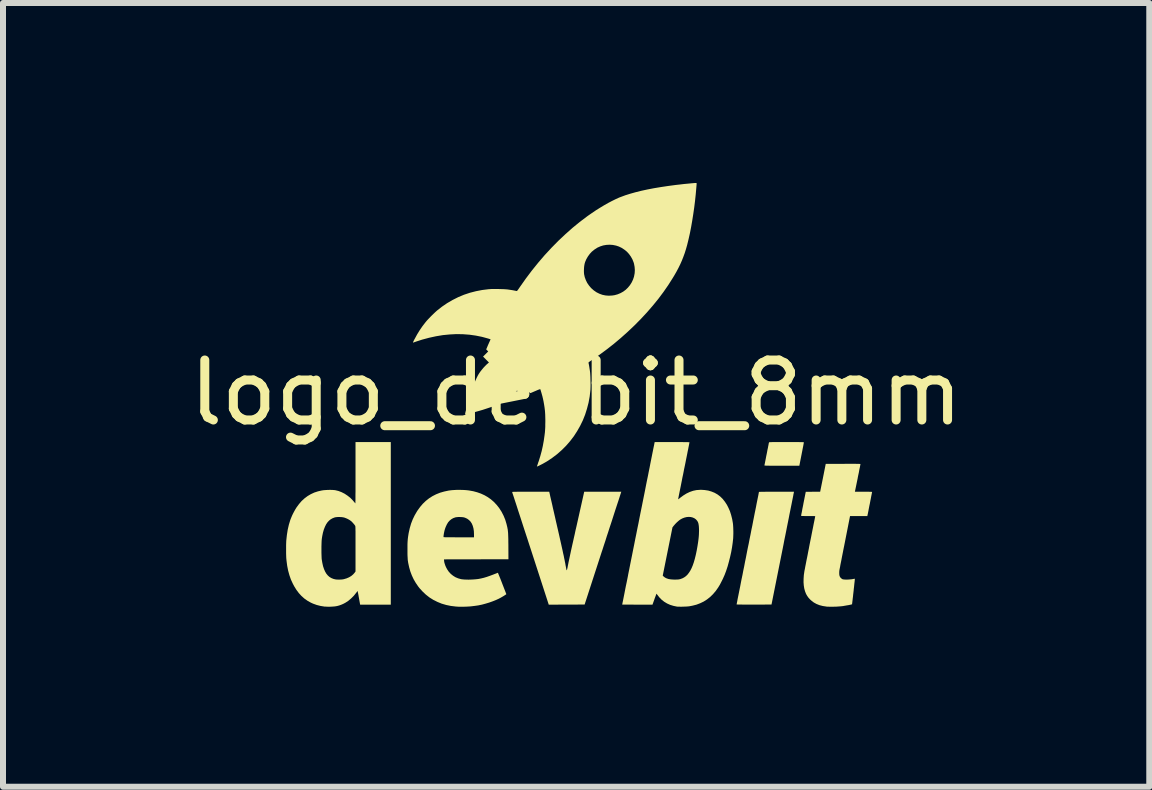
<source format=kicad_pcb>
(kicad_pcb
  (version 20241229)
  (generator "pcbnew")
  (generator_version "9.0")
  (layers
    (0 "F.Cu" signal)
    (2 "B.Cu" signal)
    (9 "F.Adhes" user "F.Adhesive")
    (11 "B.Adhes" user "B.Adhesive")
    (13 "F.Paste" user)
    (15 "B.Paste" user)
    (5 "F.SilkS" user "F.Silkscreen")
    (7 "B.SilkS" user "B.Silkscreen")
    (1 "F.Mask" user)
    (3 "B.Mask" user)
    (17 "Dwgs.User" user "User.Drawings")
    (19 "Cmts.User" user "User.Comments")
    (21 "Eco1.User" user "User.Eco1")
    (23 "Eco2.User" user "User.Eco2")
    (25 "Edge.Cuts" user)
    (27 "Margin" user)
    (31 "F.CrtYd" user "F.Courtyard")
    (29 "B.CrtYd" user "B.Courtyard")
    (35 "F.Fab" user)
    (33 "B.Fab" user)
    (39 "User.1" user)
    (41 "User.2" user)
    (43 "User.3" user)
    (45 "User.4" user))
  (footprint "logo_devbit_8mm"
    (layer "F.Cu")
    (at 6.554 3.996)
    (property "Reference" "logo_devbit_8mm" (at 0 -0.5 0) (unlocked yes) (layer "F.SilkS") (effects (font (size 1 1) (thickness 0.15))))
    (fp_poly (pts (xy 3.56 0.323) (xy 3.608 0.323) (xy 3.649 0.323) (xy 3.684 0.323) (xy 3.714 0.323) (xy 3.738 0.324) (xy 3.758 0.324) (xy 3.773 0.324) (xy 3.784 0.325) (xy 3.791 0.326) (xy 3.795 0.326) (xy 3.796 0.327) (xy 3.795 0.331) (xy 3.793 0.342) (xy 3.79 0.358) (xy 3.786 0.38) (xy 3.781 0.406) (xy 3.775 0.435) (xy 3.769 0.468) (xy 3.762 0.503) (xy 3.758 0.524) (xy 3.72 0.717) (xy 3.428 0.717) (xy 3.375 0.717) (xy 3.329 0.717) (xy 3.29 0.717) (xy 3.256 0.717) (xy 3.228 0.717) (xy 3.204 0.716) (xy 3.185 0.716) (xy 3.17 0.716) (xy 3.158 0.715) (xy 3.15 0.715) (xy 3.144 0.714) (xy 3.14 0.713) (xy 3.138 0.713) (xy 3.138 0.712) (xy 3.138 0.711) (xy 3.139 0.706) (xy 3.141 0.695) (xy 3.145 0.678) (xy 3.149 0.657) (xy 3.154 0.631) (xy 3.16 0.601) (xy 3.166 0.568) (xy 3.173 0.534) (xy 3.176 0.52) (xy 3.183 0.484) (xy 3.189 0.451) (xy 3.196 0.42) (xy 3.201 0.392) (xy 3.206 0.369) (xy 3.209 0.35) (xy 3.212 0.337) (xy 3.214 0.33) (xy 3.214 0.329) (xy 3.215 0.328) (xy 3.216 0.327) (xy 3.219 0.326) (xy 3.224 0.325) (xy 3.231 0.325) (xy 3.24 0.324) (xy 3.253 0.324) (xy 3.27 0.323) (xy 3.29 0.323) (xy 3.316 0.323) (xy 3.346 0.323) (xy 3.382 0.323) (xy 3.423 0.323) (xy 3.471 0.323) (xy 3.506 0.323)) (stroke (width 0) (type solid)) (fill yes) (layer "F.SilkS"))
    (fp_poly (pts (xy 3.629 1.16) (xy 3.628 1.165) (xy 3.626 1.176) (xy 3.622 1.193) (xy 3.618 1.217) (xy 3.612 1.247) (xy 3.605 1.282) (xy 3.597 1.322) (xy 3.588 1.367) (xy 3.578 1.417) (xy 3.567 1.472) (xy 3.555 1.53) (xy 3.543 1.593) (xy 3.53 1.658) (xy 3.516 1.727) (xy 3.502 1.799) (xy 3.487 1.874) (xy 3.471 1.951) (xy 3.456 2.03) (xy 3.442 2.101) (xy 3.256 3.031) (xy 2.965 3.032) (xy 2.914 3.032) (xy 2.868 3.032) (xy 2.825 3.032) (xy 2.787 3.032) (xy 2.753 3.031) (xy 2.725 3.031) (xy 2.703 3.031) (xy 2.687 3.03) (xy 2.677 3.03) (xy 2.674 3.029) (xy 2.675 3.026) (xy 2.677 3.015) (xy 2.68 2.998) (xy 2.685 2.975) (xy 2.69 2.946) (xy 2.697 2.911) (xy 2.705 2.872) (xy 2.714 2.827) (xy 2.724 2.777) (xy 2.735 2.723) (xy 2.746 2.665) (xy 2.758 2.603) (xy 2.772 2.538) (xy 2.785 2.469) (xy 2.8 2.397) (xy 2.814 2.323) (xy 2.83 2.246) (xy 2.845 2.167) (xy 2.86 2.091) (xy 2.877 2.011) (xy 2.892 1.932) (xy 2.908 1.855) (xy 2.922 1.781) (xy 2.937 1.71) (xy 2.95 1.641) (xy 2.963 1.576) (xy 2.975 1.514) (xy 2.987 1.456) (xy 2.998 1.402) (xy 3.007 1.353) (xy 3.016 1.309) (xy 3.024 1.269) (xy 3.031 1.235) (xy 3.037 1.206) (xy 3.041 1.184) (xy 3.044 1.167) (xy 3.046 1.157) (xy 3.047 1.154) (xy 3.05 1.153) (xy 3.061 1.153) (xy 3.077 1.152) (xy 3.099 1.152) (xy 3.126 1.152) (xy 3.157 1.151) (xy 3.193 1.151) (xy 3.232 1.151) (xy 3.275 1.151) (xy 3.319 1.151) (xy 3.339 1.151) (xy 3.631 1.151)) (stroke (width 0) (type solid)) (fill yes) (layer "F.SilkS"))
    (fp_poly (pts (xy -0.445 1.168) (xy -0.444 1.173) (xy -0.441 1.185) (xy -0.437 1.203) (xy -0.432 1.227) (xy -0.425 1.257) (xy -0.417 1.291) (xy -0.408 1.33) (xy -0.398 1.373) (xy -0.388 1.42) (xy -0.376 1.471) (xy -0.364 1.524) (xy -0.351 1.58) (xy -0.338 1.639) (xy -0.324 1.699) (xy -0.321 1.713) (xy -0.301 1.799) (xy -0.283 1.878) (xy -0.267 1.95) (xy -0.252 2.016) (xy -0.239 2.075) (xy -0.227 2.129) (xy -0.217 2.177) (xy -0.207 2.22) (xy -0.2 2.257) (xy -0.193 2.289) (xy -0.188 2.316) (xy -0.183 2.339) (xy -0.181 2.349) (xy -0.177 2.375) (xy -0.172 2.4) (xy -0.168 2.421) (xy -0.165 2.438) (xy -0.162 2.451) (xy -0.16 2.457) (xy -0.16 2.458) (xy -0.158 2.459) (xy -0.156 2.458) (xy -0.154 2.453) (xy -0.151 2.445) (xy -0.148 2.432) (xy -0.144 2.415) (xy -0.14 2.392) (xy -0.134 2.362) (xy -0.133 2.357) (xy -0.13 2.342) (xy -0.126 2.321) (xy -0.12 2.294) (xy -0.113 2.261) (xy -0.105 2.223) (xy -0.096 2.181) (xy -0.086 2.134) (xy -0.075 2.084) (xy -0.063 2.03) (xy -0.05 1.973) (xy -0.037 1.914) (xy -0.023 1.853) (xy -0.01 1.791) (xy 0.005 1.728) (xy 0.01 1.705) (xy 0.134 1.151) (xy 0.752 1.151) (xy 0.731 1.216) (xy 0.728 1.225) (xy 0.723 1.241) (xy 0.716 1.263) (xy 0.707 1.291) (xy 0.696 1.324) (xy 0.683 1.363) (xy 0.669 1.406) (xy 0.653 1.454) (xy 0.636 1.507) (xy 0.618 1.563) (xy 0.599 1.623) (xy 0.578 1.687) (xy 0.556 1.753) (xy 0.534 1.822) (xy 0.51 1.894) (xy 0.487 1.968) (xy 0.462 2.043) (xy 0.437 2.121) (xy 0.425 2.156) (xy 0.141 3.031) (xy -0.158 3.032) (xy -0.457 3.033) (xy -0.761 2.096) (xy -0.787 2.017) (xy -0.812 1.939) (xy -0.837 1.863) (xy -0.861 1.79) (xy -0.884 1.719) (xy -0.906 1.651) (xy -0.927 1.586) (xy -0.947 1.525) (xy -0.966 1.467) (xy -0.983 1.414) (xy -0.999 1.364) (xy -1.014 1.319) (xy -1.027 1.279) (xy -1.038 1.244) (xy -1.048 1.215) (xy -1.056 1.191) (xy -1.062 1.173) (xy -1.065 1.161) (xy -1.067 1.155) (xy -1.067 1.155) (xy -1.066 1.154) (xy -1.062 1.154) (xy -1.055 1.153) (xy -1.044 1.152) (xy -1.03 1.152) (xy -1.01 1.152) (xy -0.986 1.151) (xy -0.957 1.151) (xy -0.922 1.151) (xy -0.882 1.151) (xy -0.835 1.151) (xy -0.782 1.151) (xy -0.759 1.151) (xy -0.449 1.151)) (stroke (width 0) (type solid)) (fill yes) (layer "F.SilkS"))
    (fp_poly (pts (xy -3.09 3.033) (xy -3.601 3.033) (xy -3.615 2.956) (xy -3.619 2.931) (xy -3.624 2.905) (xy -3.628 2.88) (xy -3.632 2.859) (xy -3.635 2.843) (xy -3.636 2.842) (xy -3.643 2.804) (xy -3.664 2.832) (xy -3.706 2.884) (xy -3.751 2.929) (xy -3.798 2.969) (xy -3.847 3.001) (xy -3.883 3.02) (xy -3.918 3.035) (xy -3.952 3.047) (xy -3.986 3.056) (xy -4.021 3.062) (xy -4.06 3.065) (xy -4.097 3.067) (xy -4.121 3.067) (xy -4.145 3.067) (xy -4.166 3.066) (xy -4.184 3.065) (xy -4.194 3.065) (xy -4.262 3.054) (xy -4.325 3.038) (xy -4.386 3.016) (xy -4.425 2.998) (xy -4.48 2.967) (xy -4.532 2.93) (xy -4.579 2.888) (xy -4.623 2.84) (xy -4.664 2.785) (xy -4.701 2.725) (xy -4.724 2.681) (xy -4.755 2.614) (xy -4.78 2.542) (xy -4.801 2.466) (xy -4.817 2.385) (xy -4.828 2.3) (xy -4.832 2.26) (xy -4.833 2.239) (xy -4.834 2.212) (xy -4.835 2.18) (xy -4.835 2.146) (xy -4.835 2.134) (xy -4.246 2.134) (xy -4.246 2.169) (xy -4.245 2.201) (xy -4.244 2.23) (xy -4.243 2.255) (xy -4.242 2.274) (xy -4.241 2.278) (xy -4.231 2.338) (xy -4.219 2.392) (xy -4.203 2.44) (xy -4.185 2.481) (xy -4.164 2.517) (xy -4.139 2.547) (xy -4.112 2.571) (xy -4.08 2.59) (xy -4.045 2.604) (xy -4.016 2.611) (xy -3.995 2.614) (xy -3.969 2.615) (xy -3.941 2.615) (xy -3.914 2.614) (xy -3.888 2.611) (xy -3.873 2.608) (xy -3.828 2.595) (xy -3.786 2.577) (xy -3.749 2.555) (xy -3.717 2.528) (xy -3.694 2.502) (xy -3.678 2.48) (xy -3.678 2.104) (xy -3.678 2.043) (xy -3.678 1.99) (xy -3.678 1.942) (xy -3.678 1.901) (xy -3.678 1.865) (xy -3.678 1.834) (xy -3.678 1.808) (xy -3.679 1.787) (xy -3.679 1.769) (xy -3.679 1.755) (xy -3.68 1.743) (xy -3.68 1.735) (xy -3.681 1.728) (xy -3.682 1.724) (xy -3.683 1.72) (xy -3.683 1.718) (xy -3.684 1.718) (xy -3.697 1.699) (xy -3.714 1.679) (xy -3.732 1.659) (xy -3.749 1.642) (xy -3.752 1.64) (xy -3.777 1.622) (xy -3.805 1.606) (xy -3.836 1.592) (xy -3.866 1.581) (xy -3.87 1.58) (xy -3.891 1.576) (xy -3.917 1.573) (xy -3.944 1.572) (xy -3.972 1.572) (xy -3.997 1.574) (xy -4.018 1.577) (xy -4.022 1.578) (xy -4.057 1.591) (xy -4.09 1.609) (xy -4.119 1.632) (xy -4.145 1.66) (xy -4.168 1.694) (xy -4.188 1.735) (xy -4.206 1.781) (xy -4.221 1.833) (xy -4.233 1.892) (xy -4.239 1.93) (xy -4.241 1.947) (xy -4.243 1.97) (xy -4.244 1.998) (xy -4.245 2.029) (xy -4.246 2.063) (xy -4.246 2.099) (xy -4.246 2.134) (xy -4.835 2.134) (xy -4.835 2.11) (xy -4.835 2.074) (xy -4.835 2.04) (xy -4.834 2.009) (xy -4.833 1.982) (xy -4.832 1.964) (xy -4.822 1.872) (xy -4.808 1.783) (xy -4.789 1.7) (xy -4.765 1.621) (xy -4.758 1.603) (xy -4.747 1.576) (xy -4.734 1.545) (xy -4.718 1.512) (xy -4.701 1.48) (xy -4.684 1.449) (xy -4.668 1.423) (xy -4.662 1.413) (xy -4.62 1.356) (xy -4.576 1.305) (xy -4.528 1.261) (xy -4.477 1.223) (xy -4.423 1.191) (xy -4.365 1.164) (xy -4.303 1.144) (xy -4.237 1.129) (xy -4.235 1.129) (xy -4.211 1.125) (xy -4.182 1.123) (xy -4.151 1.121) (xy -4.119 1.12) (xy -4.087 1.12) (xy -4.058 1.121) (xy -4.033 1.123) (xy -4.015 1.125) (xy -3.962 1.138) (xy -3.91 1.158) (xy -3.859 1.184) (xy -3.811 1.216) (xy -3.765 1.252) (xy -3.724 1.294) (xy -3.706 1.315) (xy -3.696 1.327) (xy -3.688 1.336) (xy -3.682 1.343) (xy -3.68 1.344) (xy -3.68 1.34) (xy -3.68 1.33) (xy -3.68 1.314) (xy -3.679 1.291) (xy -3.679 1.263) (xy -3.679 1.23) (xy -3.679 1.191) (xy -3.678 1.149) (xy -3.678 1.103) (xy -3.678 1.053) (xy -3.678 1) (xy -3.678 0.944) (xy -3.678 0.886) (xy -3.678 0.833) (xy -3.678 0.323) (xy -3.09 0.323)) (stroke (width 0) (type solid)) (fill yes) (layer "F.SilkS"))
    (fp_poly (pts (xy -1.92 1.12) (xy -1.882 1.121) (xy -1.846 1.123) (xy -1.814 1.126) (xy -1.789 1.129) (xy -1.716 1.142) (xy -1.649 1.16) (xy -1.587 1.182) (xy -1.528 1.209) (xy -1.481 1.236) (xy -1.424 1.275) (xy -1.372 1.32) (xy -1.325 1.37) (xy -1.282 1.425) (xy -1.244 1.484) (xy -1.211 1.548) (xy -1.183 1.615) (xy -1.162 1.685) (xy -1.158 1.701) (xy -1.153 1.722) (xy -1.148 1.742) (xy -1.145 1.76) (xy -1.141 1.778) (xy -1.139 1.796) (xy -1.137 1.815) (xy -1.135 1.835) (xy -1.134 1.858) (xy -1.133 1.884) (xy -1.132 1.914) (xy -1.131 1.948) (xy -1.131 1.988) (xy -1.13 2.034) (xy -1.13 2.06) (xy -1.129 2.276) (xy -1.666 2.277) (xy -2.203 2.278) (xy -2.202 2.298) (xy -2.199 2.323) (xy -2.191 2.352) (xy -2.18 2.384) (xy -2.166 2.415) (xy -2.149 2.446) (xy -2.131 2.473) (xy -2.123 2.484) (xy -2.09 2.52) (xy -2.053 2.55) (xy -2.013 2.575) (xy -1.968 2.594) (xy -1.918 2.608) (xy -1.918 2.608) (xy -1.894 2.611) (xy -1.865 2.614) (xy -1.832 2.615) (xy -1.795 2.616) (xy -1.756 2.615) (xy -1.716 2.613) (xy -1.677 2.61) (xy -1.64 2.606) (xy -1.626 2.604) (xy -1.585 2.596) (xy -1.539 2.585) (xy -1.489 2.57) (xy -1.432 2.55) (xy -1.371 2.527) (xy -1.361 2.523) (xy -1.343 2.516) (xy -1.327 2.51) (xy -1.315 2.505) (xy -1.307 2.502) (xy -1.305 2.502) (xy -1.303 2.505) (xy -1.299 2.515) (xy -1.293 2.529) (xy -1.285 2.549) (xy -1.275 2.573) (xy -1.264 2.6) (xy -1.252 2.631) (xy -1.239 2.664) (xy -1.233 2.68) (xy -1.164 2.858) (xy -1.173 2.865) (xy -1.182 2.871) (xy -1.196 2.88) (xy -1.213 2.891) (xy -1.232 2.902) (xy -1.251 2.913) (xy -1.269 2.923) (xy -1.285 2.931) (xy -1.286 2.932) (xy -1.336 2.955) (xy -1.391 2.977) (xy -1.45 2.998) (xy -1.51 3.016) (xy -1.569 3.032) (xy -1.627 3.044) (xy -1.631 3.045) (xy -1.695 3.054) (xy -1.762 3.062) (xy -1.831 3.066) (xy -1.898 3.068) (xy -1.963 3.067) (xy -2.007 3.064) (xy -2.089 3.054) (xy -2.167 3.038) (xy -2.242 3.016) (xy -2.313 2.987) (xy -2.381 2.953) (xy -2.445 2.913) (xy -2.505 2.866) (xy -2.56 2.814) (xy -2.612 2.757) (xy -2.633 2.73) (xy -2.674 2.67) (xy -2.709 2.61) (xy -2.739 2.546) (xy -2.764 2.48) (xy -2.784 2.41) (xy -2.8 2.336) (xy -2.806 2.298) (xy -2.808 2.278) (xy -2.809 2.252) (xy -2.811 2.221) (xy -2.812 2.187) (xy -2.812 2.15) (xy -2.812 2.112) (xy -2.812 2.074) (xy -2.812 2.037) (xy -2.811 2.002) (xy -2.809 1.97) (xy -2.807 1.943) (xy -2.805 1.925) (xy -2.801 1.895) (xy -2.211 1.895) (xy -2.211 1.904) (xy -2.21 1.907) (xy -2.207 1.907) (xy -2.199 1.908) (xy -2.185 1.909) (xy -2.166 1.909) (xy -2.141 1.91) (xy -2.11 1.91) (xy -2.072 1.91) (xy -2.028 1.91) (xy -1.977 1.911) (xy -1.955 1.911) (xy -1.703 1.911) (xy -1.703 1.863) (xy -1.705 1.809) (xy -1.712 1.761) (xy -1.724 1.718) (xy -1.74 1.68) (xy -1.761 1.648) (xy -1.787 1.622) (xy -1.817 1.6) (xy -1.852 1.584) (xy -1.871 1.578) (xy -1.89 1.575) (xy -1.913 1.573) (xy -1.939 1.572) (xy -1.965 1.572) (xy -1.989 1.574) (xy -2.009 1.577) (xy -2.014 1.578) (xy -2.05 1.591) (xy -2.081 1.609) (xy -2.109 1.632) (xy -2.134 1.66) (xy -2.155 1.695) (xy -2.174 1.736) (xy -2.182 1.757) (xy -2.188 1.775) (xy -2.194 1.796) (xy -2.199 1.818) (xy -2.204 1.841) (xy -2.207 1.861) (xy -2.21 1.88) (xy -2.211 1.895) (xy -2.801 1.895) (xy -2.792 1.839) (xy -2.774 1.758) (xy -2.752 1.682) (xy -2.724 1.61) (xy -2.691 1.542) (xy -2.653 1.477) (xy -2.646 1.466) (xy -2.602 1.405) (xy -2.556 1.351) (xy -2.506 1.303) (xy -2.453 1.261) (xy -2.395 1.224) (xy -2.334 1.193) (xy -2.269 1.167) (xy -2.199 1.147) (xy -2.124 1.131) (xy -2.093 1.127) (xy -2.067 1.124) (xy -2.034 1.122) (xy -1.998 1.12) (xy -1.96 1.12)) (stroke (width 0) (type solid)) (fill yes) (layer "F.SilkS"))
    (fp_poly (pts (xy 4.623 0.685) (xy 4.652 0.685) (xy 4.676 0.686) (xy 4.695 0.686) (xy 4.71 0.686) (xy 4.722 0.687) (xy 4.73 0.687) (xy 4.735 0.688) (xy 4.738 0.689) (xy 4.739 0.69) (xy 4.739 0.69) (xy 4.738 0.694) (xy 4.736 0.705) (xy 4.733 0.721) (xy 4.729 0.743) (xy 4.723 0.769) (xy 4.717 0.8) (xy 4.711 0.834) (xy 4.703 0.87) (xy 4.695 0.909) (xy 4.693 0.923) (xy 4.646 1.151) (xy 4.789 1.151) (xy 4.823 1.151) (xy 4.853 1.151) (xy 4.88 1.151) (xy 4.901 1.152) (xy 4.918 1.152) (xy 4.928 1.153) (xy 4.932 1.154) (xy 4.932 1.154) (xy 4.932 1.158) (xy 4.93 1.168) (xy 4.927 1.184) (xy 4.923 1.204) (xy 4.918 1.228) (xy 4.913 1.256) (xy 4.907 1.286) (xy 4.901 1.317) (xy 4.895 1.349) (xy 4.888 1.381) (xy 4.882 1.413) (xy 4.876 1.443) (xy 4.871 1.471) (xy 4.866 1.495) (xy 4.862 1.516) (xy 4.858 1.533) (xy 4.856 1.543) (xy 4.855 1.548) (xy 4.853 1.556) (xy 4.709 1.556) (xy 4.565 1.556) (xy 4.478 1.998) (xy 4.467 2.053) (xy 4.456 2.107) (xy 4.446 2.159) (xy 4.436 2.209) (xy 4.427 2.255) (xy 4.419 2.298) (xy 4.411 2.337) (xy 4.404 2.372) (xy 4.399 2.402) (xy 4.394 2.426) (xy 4.39 2.445) (xy 4.388 2.458) (xy 4.387 2.464) (xy 4.385 2.487) (xy 4.385 2.511) (xy 4.386 2.534) (xy 4.39 2.553) (xy 4.394 2.563) (xy 4.404 2.58) (xy 4.419 2.595) (xy 4.435 2.606) (xy 4.443 2.61) (xy 4.455 2.612) (xy 4.472 2.614) (xy 4.494 2.615) (xy 4.517 2.615) (xy 4.542 2.614) (xy 4.567 2.612) (xy 4.589 2.61) (xy 4.608 2.607) (xy 4.623 2.604) (xy 4.635 2.602) (xy 4.643 2.601) (xy 4.645 2.601) (xy 4.645 2.604) (xy 4.644 2.614) (xy 4.643 2.63) (xy 4.641 2.651) (xy 4.638 2.675) (xy 4.635 2.703) (xy 4.632 2.734) (xy 4.628 2.766) (xy 4.625 2.8) (xy 4.621 2.833) (xy 4.617 2.867) (xy 4.614 2.899) (xy 4.61 2.929) (xy 4.607 2.957) (xy 4.604 2.981) (xy 4.602 3) (xy 4.6 3.015) (xy 4.599 3.024) (xy 4.598 3.027) (xy 4.594 3.028) (xy 4.584 3.031) (xy 4.57 3.034) (xy 4.552 3.038) (xy 4.532 3.042) (xy 4.511 3.045) (xy 4.49 3.049) (xy 4.471 3.052) (xy 4.455 3.055) (xy 4.452 3.056) (xy 4.417 3.06) (xy 4.377 3.063) (xy 4.336 3.066) (xy 4.294 3.067) (xy 4.253 3.068) (xy 4.215 3.067) (xy 4.181 3.066) (xy 4.167 3.064) (xy 4.109 3.055) (xy 4.055 3.041) (xy 4.005 3.021) (xy 3.96 2.996) (xy 3.92 2.965) (xy 3.901 2.948) (xy 3.873 2.918) (xy 3.851 2.887) (xy 3.832 2.854) (xy 3.817 2.816) (xy 3.814 2.807) (xy 3.802 2.763) (xy 3.794 2.713) (xy 3.79 2.659) (xy 3.791 2.601) (xy 3.795 2.54) (xy 3.802 2.491) (xy 3.803 2.484) (xy 3.805 2.471) (xy 3.809 2.452) (xy 3.814 2.427) (xy 3.819 2.398) (xy 3.826 2.364) (xy 3.833 2.327) (xy 3.841 2.286) (xy 3.85 2.243) (xy 3.859 2.197) (xy 3.868 2.149) (xy 3.878 2.1) (xy 3.887 2.051) (xy 3.897 2.001) (xy 3.907 1.951) (xy 3.917 1.902) (xy 3.926 1.855) (xy 3.935 1.809) (xy 3.944 1.765) (xy 3.952 1.725) (xy 3.959 1.688) (xy 3.966 1.654) (xy 3.972 1.625) (xy 3.977 1.601) (xy 3.98 1.582) (xy 3.983 1.569) (xy 3.984 1.563) (xy 3.985 1.562) (xy 3.985 1.56) (xy 3.984 1.559) (xy 3.98 1.558) (xy 3.974 1.557) (xy 3.965 1.556) (xy 3.952 1.556) (xy 3.933 1.556) (xy 3.909 1.556) (xy 3.879 1.556) (xy 3.868 1.556) (xy 3.836 1.556) (xy 3.81 1.556) (xy 3.79 1.555) (xy 3.775 1.555) (xy 3.764 1.555) (xy 3.757 1.554) (xy 3.752 1.553) (xy 3.75 1.552) (xy 3.75 1.55) (xy 3.75 1.549) (xy 3.75 1.545) (xy 3.752 1.534) (xy 3.755 1.517) (xy 3.76 1.495) (xy 3.765 1.469) (xy 3.77 1.439) (xy 3.777 1.406) (xy 3.784 1.371) (xy 3.788 1.348) (xy 3.827 1.152) (xy 3.947 1.151) (xy 4.067 1.151) (xy 4.114 0.918) (xy 4.16 0.686) (xy 4.449 0.686) (xy 4.503 0.685) (xy 4.549 0.685) (xy 4.589 0.685)) (stroke (width 0) (type solid)) (fill yes) (layer "F.SilkS"))
    (fp_poly (pts (xy 1.648 0.323) (xy 1.693 0.323) (xy 1.735 0.323) (xy 1.773 0.323) (xy 1.806 0.324) (xy 1.834 0.324) (xy 1.857 0.324) (xy 1.874 0.325) (xy 1.885 0.325) (xy 1.889 0.326) (xy 1.889 0.326) (xy 1.888 0.33) (xy 1.886 0.34) (xy 1.883 0.357) (xy 1.879 0.379) (xy 1.873 0.407) (xy 1.867 0.44) (xy 1.859 0.477) (xy 1.851 0.519) (xy 1.842 0.564) (xy 1.832 0.613) (xy 1.822 0.665) (xy 1.811 0.719) (xy 1.799 0.775) (xy 1.794 0.802) (xy 1.783 0.859) (xy 1.771 0.914) (xy 1.761 0.967) (xy 1.751 1.017) (xy 1.742 1.063) (xy 1.733 1.107) (xy 1.725 1.146) (xy 1.718 1.181) (xy 1.712 1.211) (xy 1.707 1.236) (xy 1.704 1.255) (xy 1.701 1.269) (xy 1.7 1.276) (xy 1.7 1.277) (xy 1.703 1.275) (xy 1.71 1.271) (xy 1.721 1.262) (xy 1.733 1.252) (xy 1.786 1.213) (xy 1.839 1.18) (xy 1.894 1.154) (xy 1.949 1.135) (xy 2.006 1.123) (xy 2.065 1.119) (xy 2.077 1.118) (xy 2.14 1.122) (xy 2.2 1.131) (xy 2.255 1.147) (xy 2.307 1.168) (xy 2.356 1.196) (xy 2.401 1.23) (xy 2.442 1.27) (xy 2.479 1.317) (xy 2.513 1.369) (xy 2.537 1.416) (xy 2.563 1.475) (xy 2.583 1.538) (xy 2.6 1.605) (xy 2.611 1.667) (xy 2.614 1.688) (xy 2.616 1.714) (xy 2.618 1.745) (xy 2.619 1.778) (xy 2.62 1.813) (xy 2.62 1.847) (xy 2.619 1.879) (xy 2.618 1.908) (xy 2.617 1.929) (xy 2.609 2.001) (xy 2.598 2.078) (xy 2.584 2.157) (xy 2.566 2.237) (xy 2.546 2.316) (xy 2.525 2.393) (xy 2.501 2.466) (xy 2.485 2.509) (xy 2.474 2.538) (xy 2.46 2.569) (xy 2.445 2.603) (xy 2.428 2.637) (xy 2.411 2.67) (xy 2.395 2.701) (xy 2.379 2.727) (xy 2.369 2.744) (xy 2.327 2.804) (xy 2.281 2.858) (xy 2.233 2.905) (xy 2.181 2.946) (xy 2.126 2.981) (xy 2.068 3.009) (xy 2.005 3.033) (xy 1.938 3.05) (xy 1.885 3.06) (xy 1.867 3.062) (xy 1.843 3.064) (xy 1.817 3.065) (xy 1.789 3.066) (xy 1.761 3.067) (xy 1.734 3.067) (xy 1.71 3.066) (xy 1.69 3.066) (xy 1.679 3.065) (xy 1.621 3.053) (xy 1.566 3.036) (xy 1.515 3.013) (xy 1.467 2.984) (xy 1.424 2.95) (xy 1.386 2.911) (xy 1.36 2.877) (xy 1.351 2.866) (xy 1.344 2.856) (xy 1.34 2.851) (xy 1.339 2.85) (xy 1.338 2.853) (xy 1.334 2.862) (xy 1.329 2.876) (xy 1.322 2.894) (xy 1.314 2.916) (xy 1.305 2.94) (xy 1.305 2.941) (xy 1.272 3.033) (xy 1.019 3.033) (xy 0.978 3.033) (xy 0.938 3.032) (xy 0.901 3.032) (xy 0.867 3.032) (xy 0.838 3.032) (xy 0.812 3.032) (xy 0.792 3.032) (xy 0.778 3.032) (xy 0.769 3.032) (xy 0.767 3.032) (xy 0.768 3.028) (xy 0.77 3.018) (xy 0.773 3.001) (xy 0.778 2.978) (xy 0.784 2.948) (xy 0.791 2.913) (xy 0.799 2.873) (xy 0.808 2.827) (xy 0.818 2.775) (xy 0.829 2.719) (xy 0.842 2.659) (xy 0.855 2.594) (xy 0.864 2.549) (xy 1.443 2.549) (xy 1.457 2.563) (xy 1.48 2.581) (xy 1.508 2.595) (xy 1.542 2.606) (xy 1.582 2.612) (xy 1.629 2.615) (xy 1.66 2.615) (xy 1.685 2.614) (xy 1.705 2.613) (xy 1.721 2.61) (xy 1.736 2.607) (xy 1.738 2.606) (xy 1.771 2.594) (xy 1.801 2.578) (xy 1.829 2.558) (xy 1.855 2.533) (xy 1.879 2.502) (xy 1.902 2.467) (xy 1.923 2.426) (xy 1.943 2.379) (xy 1.961 2.327) (xy 1.978 2.268) (xy 1.994 2.203) (xy 2.009 2.132) (xy 2.023 2.053) (xy 2.025 2.039) (xy 2.032 1.995) (xy 2.037 1.958) (xy 2.041 1.924) (xy 2.044 1.893) (xy 2.046 1.863) (xy 2.047 1.833) (xy 2.048 1.801) (xy 2.048 1.799) (xy 2.047 1.76) (xy 2.045 1.726) (xy 2.041 1.697) (xy 2.036 1.673) (xy 2.028 1.653) (xy 2.017 1.635) (xy 2.004 1.62) (xy 1.996 1.611) (xy 1.971 1.593) (xy 1.942 1.58) (xy 1.91 1.572) (xy 1.876 1.57) (xy 1.84 1.573) (xy 1.804 1.582) (xy 1.768 1.596) (xy 1.734 1.615) (xy 1.715 1.629) (xy 1.694 1.647) (xy 1.671 1.668) (xy 1.65 1.69) (xy 1.631 1.712) (xy 1.625 1.719) (xy 1.605 1.745) (xy 1.524 2.147) (xy 1.443 2.549) (xy 0.864 2.549) (xy 0.868 2.525) (xy 0.883 2.452) (xy 0.898 2.375) (xy 0.914 2.295) (xy 0.931 2.211) (xy 0.948 2.125) (xy 0.966 2.036) (xy 0.984 1.944) (xy 1.003 1.851) (xy 1.022 1.755) (xy 1.038 1.678) (xy 1.057 1.58) (xy 1.076 1.485) (xy 1.095 1.392) (xy 1.113 1.301) (xy 1.131 1.212) (xy 1.148 1.127) (xy 1.164 1.044) (xy 1.18 0.964) (xy 1.196 0.888) (xy 1.21 0.816) (xy 1.224 0.748) (xy 1.236 0.684) (xy 1.248 0.624) (xy 1.259 0.569) (xy 1.269 0.519) (xy 1.278 0.474) (xy 1.286 0.434) (xy 1.293 0.4) (xy 1.299 0.372) (xy 1.303 0.35) (xy 1.306 0.335) (xy 1.308 0.326) (xy 1.308 0.324) (xy 1.312 0.323) (xy 1.322 0.323) (xy 1.338 0.323) (xy 1.36 0.323) (xy 1.387 0.323) (xy 1.418 0.323) (xy 1.454 0.323) (xy 1.492 0.323) (xy 1.534 0.323) (xy 1.578 0.323) (xy 1.599 0.323)) (stroke (width 0) (type solid)) (fill yes) (layer "F.SilkS"))
    (fp_poly (pts (xy 2.003 -3.996) (xy 2.005 -3.995) (xy 2.007 -3.993) (xy 2.007 -3.989) (xy 2.008 -3.982) (xy 2.007 -3.971) (xy 2.006 -3.955) (xy 2.004 -3.933) (xy 2.003 -3.92) (xy 1.993 -3.807) (xy 1.981 -3.694) (xy 1.967 -3.582) (xy 1.951 -3.472) (xy 1.934 -3.365) (xy 1.916 -3.261) (xy 1.897 -3.163) (xy 1.876 -3.07) (xy 1.869 -3.04) (xy 1.85 -2.963) (xy 1.83 -2.892) (xy 1.809 -2.826) (xy 1.786 -2.763) (xy 1.762 -2.702) (xy 1.735 -2.641) (xy 1.705 -2.58) (xy 1.671 -2.516) (xy 1.633 -2.45) (xy 1.608 -2.409) (xy 1.535 -2.294) (xy 1.456 -2.18) (xy 1.37 -2.065) (xy 1.278 -1.952) (xy 1.181 -1.84) (xy 1.078 -1.729) (xy 0.971 -1.621) (xy 0.859 -1.515) (xy 0.744 -1.412) (xy 0.625 -1.312) (xy 0.502 -1.216) (xy 0.377 -1.124) (xy 0.257 -1.041) (xy 0.238 -1.028) (xy 0.224 -1.019) (xy 0.215 -1.012) (xy 0.209 -1.007) (xy 0.206 -1.003) (xy 0.206 -0.999) (xy 0.206 -0.997) (xy 0.209 -0.983) (xy 0.213 -0.964) (xy 0.217 -0.941) (xy 0.221 -0.916) (xy 0.225 -0.89) (xy 0.229 -0.864) (xy 0.23 -0.858) (xy 0.233 -0.833) (xy 0.235 -0.802) (xy 0.237 -0.766) (xy 0.238 -0.728) (xy 0.239 -0.689) (xy 0.24 -0.65) (xy 0.24 -0.613) (xy 0.239 -0.579) (xy 0.238 -0.55) (xy 0.237 -0.54) (xy 0.225 -0.435) (xy 0.206 -0.332) (xy 0.18 -0.232) (xy 0.149 -0.134) (xy 0.111 -0.039) (xy 0.066 0.053) (xy 0.016 0.141) (xy -0.039 0.226) (xy -0.101 0.307) (xy -0.168 0.384) (xy -0.24 0.456) (xy -0.317 0.524) (xy -0.399 0.586) (xy -0.486 0.644) (xy -0.508 0.657) (xy -0.526 0.667) (xy -0.545 0.678) (xy -0.565 0.689) (xy -0.585 0.699) (xy -0.605 0.709) (xy -0.622 0.718) (xy -0.637 0.724) (xy -0.648 0.729) (xy -0.654 0.731) (xy -0.655 0.731) (xy -0.653 0.726) (xy -0.65 0.716) (xy -0.644 0.7) (xy -0.638 0.681) (xy -0.631 0.659) (xy -0.625 0.644) (xy -0.598 0.557) (xy -0.575 0.473) (xy -0.556 0.388) (xy -0.54 0.3) (xy -0.527 0.209) (xy -0.521 0.161) (xy -0.519 0.135) (xy -0.517 0.104) (xy -0.515 0.067) (xy -0.515 0.028) (xy -0.514 -0.013) (xy -0.514 -0.054) (xy -0.515 -0.094) (xy -0.516 -0.131) (xy -0.518 -0.165) (xy -0.52 -0.194) (xy -0.521 -0.204) (xy -0.527 -0.254) (xy -0.535 -0.305) (xy -0.544 -0.356) (xy -0.554 -0.403) (xy -0.558 -0.419) (xy -0.562 -0.437) (xy -0.568 -0.458) (xy -0.574 -0.48) (xy -0.58 -0.501) (xy -0.586 -0.521) (xy -0.591 -0.538) (xy -0.595 -0.55) (xy -0.598 -0.558) (xy -0.598 -0.559) (xy -0.601 -0.559) (xy -0.609 -0.557) (xy -0.621 -0.553) (xy -0.639 -0.546) (xy -0.662 -0.536) (xy -0.678 -0.529) (xy -0.7 -0.52) (xy -0.72 -0.511) (xy -0.737 -0.504) (xy -0.75 -0.498) (xy -0.758 -0.495) (xy -0.76 -0.494) (xy -0.766 -0.495) (xy -0.775 -0.501) (xy -0.782 -0.508) (xy -0.799 -0.525) (xy -0.843 -0.481) (xy -0.887 -0.437) (xy -0.986 -0.536) (xy -0.999 -0.52) (xy -1.04 -0.475) (xy -1.087 -0.432) (xy -1.137 -0.393) (xy -1.191 -0.358) (xy -1.231 -0.336) (xy -1.271 -0.318) (xy -1.316 -0.298) (xy -1.368 -0.278) (xy -1.426 -0.258) (xy -1.489 -0.237) (xy -1.556 -0.215) (xy -1.628 -0.194) (xy -1.704 -0.173) (xy -1.782 -0.152) (xy -1.791 -0.149) (xy -1.814 -0.143) (xy -1.831 -0.139) (xy -1.842 -0.137) (xy -1.849 -0.136) (xy -1.853 -0.137) (xy -1.853 -0.138) (xy -1.852 -0.145) (xy -1.849 -0.158) (xy -1.845 -0.177) (xy -1.839 -0.199) (xy -1.832 -0.226) (xy -1.825 -0.255) (xy -1.816 -0.286) (xy -1.807 -0.319) (xy -1.798 -0.352) (xy -1.788 -0.385) (xy -1.779 -0.416) (xy -1.77 -0.446) (xy -1.767 -0.455) (xy -1.744 -0.528) (xy -1.722 -0.594) (xy -1.699 -0.653) (xy -1.678 -0.706) (xy -1.656 -0.753) (xy -1.636 -0.792) (xy -1.621 -0.817) (xy -1.6 -0.848) (xy -1.575 -0.88) (xy -1.548 -0.913) (xy -1.519 -0.944) (xy -1.492 -0.971) (xy -1.471 -0.989) (xy -1.454 -1.004) (xy -1.503 -1.053) (xy -1.552 -1.102) (xy -1.466 -1.188) (xy -1.483 -1.205) (xy -1.5 -1.222) (xy -1.479 -1.271) (xy -1.47 -1.293) (xy -1.46 -1.315) (xy -1.451 -1.336) (xy -1.443 -1.353) (xy -1.442 -1.355) (xy -1.436 -1.369) (xy -1.431 -1.38) (xy -1.427 -1.387) (xy -1.427 -1.389) (xy -1.43 -1.391) (xy -1.439 -1.394) (xy -1.451 -1.398) (xy -1.467 -1.403) (xy -1.569 -1.431) (xy -1.673 -1.452) (xy -1.779 -1.467) (xy -1.887 -1.475) (xy -1.997 -1.477) (xy -2.109 -1.471) (xy -2.222 -1.46) (xy -2.336 -1.441) (xy -2.451 -1.416) (xy -2.567 -1.385) (xy -2.638 -1.362) (xy -2.66 -1.355) (xy -2.68 -1.348) (xy -2.697 -1.342) (xy -2.71 -1.338) (xy -2.717 -1.335) (xy -2.719 -1.335) (xy -2.72 -1.336) (xy -2.719 -1.341) (xy -2.715 -1.351) (xy -2.708 -1.366) (xy -2.698 -1.386) (xy -2.691 -1.398) (xy -2.651 -1.472) (xy -2.608 -1.542) (xy -2.562 -1.609) (xy -2.511 -1.675) (xy -2.506 -1.681) (xy -2.491 -1.699) (xy -2.472 -1.72) (xy -2.449 -1.744) (xy -2.425 -1.769) (xy -2.4 -1.794) (xy -2.375 -1.818) (xy -2.352 -1.84) (xy -2.332 -1.858) (xy -2.321 -1.868) (xy -2.237 -1.934) (xy -2.149 -1.994) (xy -2.059 -2.046) (xy -1.966 -2.093) (xy -1.87 -2.133) (xy -1.771 -2.166) (xy -1.67 -2.192) (xy -1.567 -2.212) (xy -1.462 -2.225) (xy -1.447 -2.226) (xy -1.422 -2.228) (xy -1.391 -2.229) (xy -1.356 -2.229) (xy -1.319 -2.229) (xy -1.281 -2.228) (xy -1.244 -2.227) (xy -1.209 -2.226) (xy -1.178 -2.224) (xy -1.152 -2.222) (xy -1.143 -2.221) (xy -1.122 -2.218) (xy -1.096 -2.214) (xy -1.069 -2.21) (xy -1.041 -2.205) (xy -1.016 -2.2) (xy -0.996 -2.196) (xy -0.991 -2.195) (xy -0.988 -2.196) (xy -0.984 -2.199) (xy -0.979 -2.204) (xy -0.972 -2.214) (xy -0.962 -2.227) (xy -0.949 -2.246) (xy -0.934 -2.268) (xy -0.838 -2.404) (xy -0.744 -2.529) (xy 0.129 -2.529) (xy 0.13 -2.498) (xy 0.132 -2.476) (xy 0.143 -2.426) (xy 0.161 -2.377) (xy 0.184 -2.33) (xy 0.214 -2.286) (xy 0.249 -2.245) (xy 0.252 -2.242) (xy 0.294 -2.205) (xy 0.339 -2.174) (xy 0.387 -2.15) (xy 0.437 -2.132) (xy 0.49 -2.121) (xy 0.544 -2.117) (xy 0.6 -2.12) (xy 0.64 -2.126) (xy 0.691 -2.14) (xy 0.739 -2.16) (xy 0.784 -2.185) (xy 0.826 -2.216) (xy 0.863 -2.252) (xy 0.896 -2.292) (xy 0.924 -2.336) (xy 0.947 -2.384) (xy 0.964 -2.434) (xy 0.974 -2.487) (xy 0.975 -2.491) (xy 0.978 -2.545) (xy 0.974 -2.598) (xy 0.964 -2.651) (xy 0.957 -2.674) (xy 0.937 -2.724) (xy 0.911 -2.77) (xy 0.88 -2.813) (xy 0.844 -2.852) (xy 0.803 -2.885) (xy 0.759 -2.914) (xy 0.711 -2.937) (xy 0.666 -2.952) (xy 0.612 -2.963) (xy 0.558 -2.967) (xy 0.504 -2.964) (xy 0.451 -2.955) (xy 0.401 -2.939) (xy 0.352 -2.917) (xy 0.307 -2.888) (xy 0.265 -2.854) (xy 0.261 -2.851) (xy 0.226 -2.813) (xy 0.195 -2.77) (xy 0.169 -2.725) (xy 0.149 -2.678) (xy 0.141 -2.651) (xy 0.136 -2.625) (xy 0.132 -2.595) (xy 0.13 -2.562) (xy 0.129 -2.529) (xy -0.744 -2.529) (xy -0.737 -2.538) (xy -0.633 -2.667) (xy -0.525 -2.793) (xy -0.413 -2.914) (xy -0.298 -3.031) (xy -0.181 -3.141) (xy -0.062 -3.247) (xy 0.059 -3.346) (xy 0.181 -3.438) (xy 0.193 -3.447) (xy 0.261 -3.494) (xy 0.33 -3.541) (xy 0.399 -3.584) (xy 0.467 -3.625) (xy 0.534 -3.663) (xy 0.599 -3.697) (xy 0.66 -3.727) (xy 0.717 -3.753) (xy 0.744 -3.763) (xy 0.819 -3.791) (xy 0.902 -3.817) (xy 0.991 -3.842) (xy 1.087 -3.866) (xy 1.189 -3.888) (xy 1.298 -3.909) (xy 1.413 -3.928) (xy 1.533 -3.946) (xy 1.66 -3.963) (xy 1.733 -3.971) (xy 1.766 -3.975) (xy 1.799 -3.979) (xy 1.833 -3.982) (xy 1.865 -3.985) (xy 1.896 -3.988) (xy 1.925 -3.991) (xy 1.951 -3.993) (xy 1.972 -3.995) (xy 1.988 -3.996) (xy 1.999 -3.996)) (stroke (width 0) (type solid)) (fill yes) (layer "F.SilkS")))
  (gr_rect
    (start -3 -3)
    (end 16.107 10.064)
    (stroke (width 0.1) (type default))
    (fill no)
    (layer "Edge.Cuts")))
</source>
